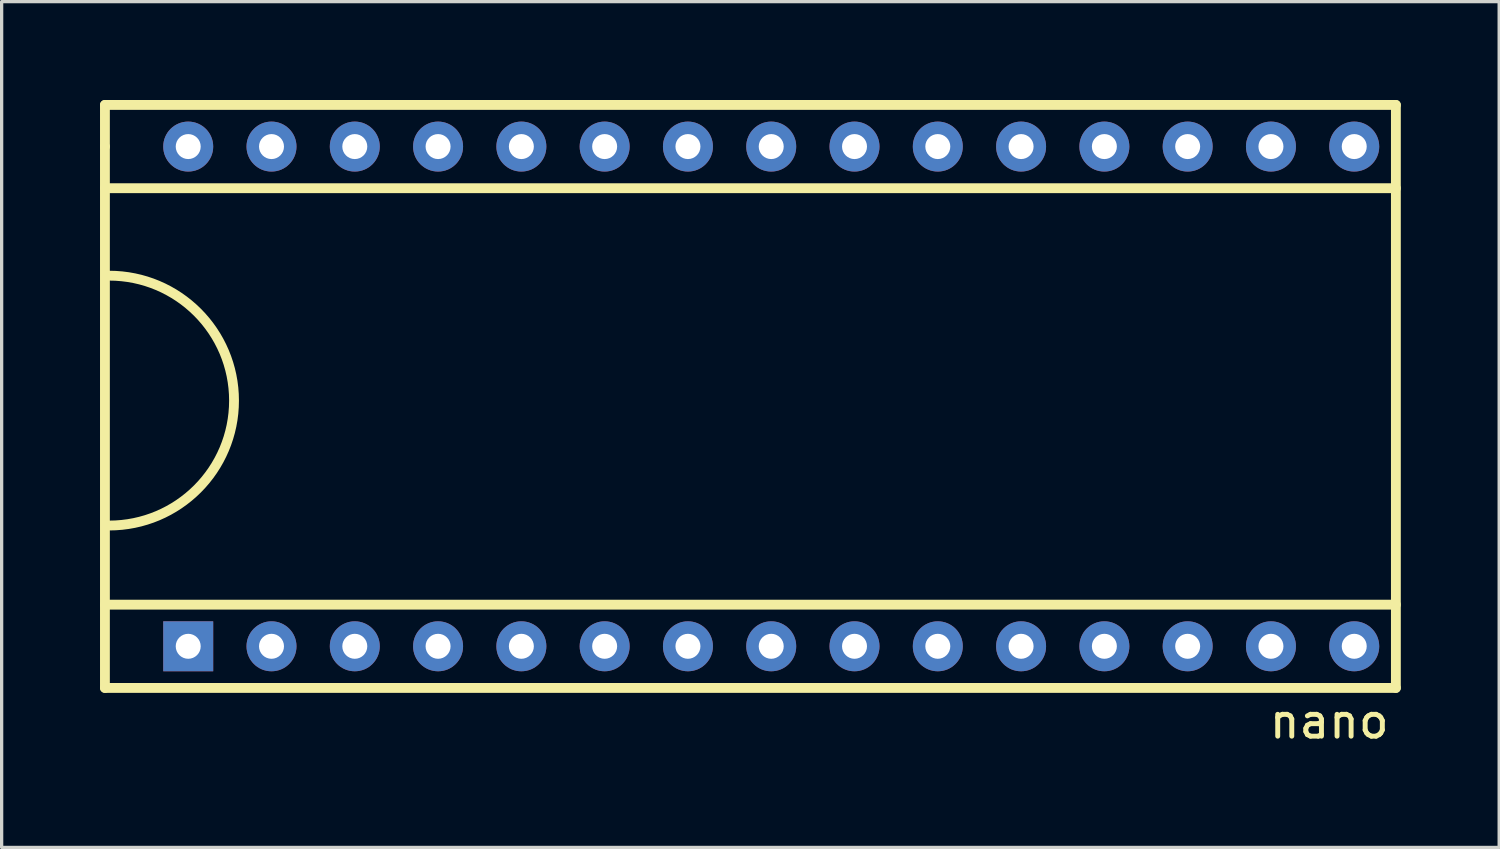
<source format=kicad_pcb>
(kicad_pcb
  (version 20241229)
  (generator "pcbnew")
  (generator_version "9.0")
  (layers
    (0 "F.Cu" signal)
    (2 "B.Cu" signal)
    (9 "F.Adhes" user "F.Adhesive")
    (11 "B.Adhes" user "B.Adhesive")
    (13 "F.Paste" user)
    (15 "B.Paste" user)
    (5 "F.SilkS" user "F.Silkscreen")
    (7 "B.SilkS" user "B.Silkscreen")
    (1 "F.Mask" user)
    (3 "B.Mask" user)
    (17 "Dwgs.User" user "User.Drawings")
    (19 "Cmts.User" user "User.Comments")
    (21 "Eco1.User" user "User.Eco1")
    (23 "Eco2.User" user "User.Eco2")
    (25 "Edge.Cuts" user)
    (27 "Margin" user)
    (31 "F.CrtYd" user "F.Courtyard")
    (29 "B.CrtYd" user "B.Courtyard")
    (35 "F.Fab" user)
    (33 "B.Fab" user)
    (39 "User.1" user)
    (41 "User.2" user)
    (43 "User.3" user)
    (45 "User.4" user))
  (footprint "nano"
    (layer "F.Cu")
    (at 20.47 9.04)
    (property "Reference" "nano" (at 17.018 9.906 0) (layer "F.SilkS") (effects (font (size 1 1) (thickness 0.15))))
    (attr through_hole)
    (fp_line (start -20.32 -8.89) (end 19.05 -8.89) (stroke (width 0.3) (type solid)) (layer "F.SilkS"))
    (fp_line (start -20.32 -7.62) (end -20.32 -8.89) (stroke (width 0.3) (type solid)) (layer "F.SilkS"))
    (fp_line (start -20.32 -6.35) (end 19.05 -6.35) (stroke (width 0.3) (type solid)) (layer "F.SilkS"))
    (fp_line (start -20.32 6.35) (end 19.05 6.35) (stroke (width 0.3) (type solid)) (layer "F.SilkS"))
    (fp_line (start -20.32 8.89) (end -20.32 -7.62) (stroke (width 0.3) (type solid)) (layer "F.SilkS"))
    (fp_line (start 19.05 -8.89) (end 19.05 8.89) (stroke (width 0.3) (type solid)) (layer "F.SilkS"))
    (fp_line (start 19.05 8.89) (end -20.32 8.89) (stroke (width 0.3) (type solid)) (layer "F.SilkS"))
    (fp_arc (start -20.193 -3.683) (mid -16.383 0.127) (end -20.193 3.937) (stroke (width 0.3) (type solid)) (layer "F.SilkS"))
    (pad "1" thru_hole rect (at -17.78 7.62) (size 1.524 1.524) (drill 0.762) (layers "*.Cu" "*.Mask"))
    (pad "2" thru_hole circle (at -15.24 7.62) (size 1.524 1.524) (drill 0.762) (layers "*.Cu" "*.Mask"))
    (pad "3" thru_hole circle (at -12.7 7.62) (size 1.524 1.524) (drill 0.762) (layers "*.Cu" "*.Mask"))
    (pad "4" thru_hole circle (at -10.16 7.62) (size 1.524 1.524) (drill 0.762) (layers "*.Cu" "*.Mask"))
    (pad "5" thru_hole circle (at -7.62 7.62) (size 1.524 1.524) (drill 0.762) (layers "*.Cu" "*.Mask"))
    (pad "6" thru_hole circle (at -5.08 7.62) (size 1.524 1.524) (drill 0.762) (layers "*.Cu" "*.Mask"))
    (pad "7" thru_hole circle (at -2.54 7.62) (size 1.524 1.524) (drill 0.762) (layers "*.Cu" "*.Mask"))
    (pad "8" thru_hole circle (at 0 7.62) (size 1.524 1.524) (drill 0.762) (layers "*.Cu" "*.Mask"))
    (pad "9" thru_hole circle (at 2.54 7.62) (size 1.524 1.524) (drill 0.762) (layers "*.Cu" "*.Mask"))
    (pad "10" thru_hole circle (at 5.08 7.62) (size 1.524 1.524) (drill 0.762) (layers "*.Cu" "*.Mask"))
    (pad "11" thru_hole circle (at 7.62 7.62) (size 1.524 1.524) (drill 0.762) (layers "*.Cu" "*.Mask"))
    (pad "12" thru_hole circle (at 10.16 7.62) (size 1.524 1.524) (drill 0.762) (layers "*.Cu" "*.Mask"))
    (pad "13" thru_hole circle (at 12.7 7.62) (size 1.524 1.524) (drill 0.762) (layers "*.Cu" "*.Mask"))
    (pad "14" thru_hole circle (at 15.24 7.62) (size 1.524 1.524) (drill 0.762) (layers "*.Cu" "*.Mask"))
    (pad "15" thru_hole circle (at 17.78 7.62) (size 1.524 1.524) (drill 0.762) (layers "*.Cu" "*.Mask"))
    (pad "16" thru_hole circle (at 17.78 -7.62) (size 1.524 1.524) (drill 0.762) (layers "*.Cu" "*.Mask"))
    (pad "17" thru_hole circle (at 15.24 -7.62) (size 1.524 1.524) (drill 0.762) (layers "*.Cu" "*.Mask"))
    (pad "18" thru_hole circle (at 12.7 -7.62) (size 1.524 1.524) (drill 0.762) (layers "*.Cu" "*.Mask"))
    (pad "19" thru_hole circle (at 10.16 -7.62) (size 1.524 1.524) (drill 0.762) (layers "*.Cu" "*.Mask"))
    (pad "20" thru_hole circle (at 7.62 -7.62) (size 1.524 1.524) (drill 0.762) (layers "*.Cu" "*.Mask"))
    (pad "21" thru_hole circle (at 5.08 -7.62) (size 1.524 1.524) (drill 0.762) (layers "*.Cu" "*.Mask"))
    (pad "22" thru_hole circle (at 2.54 -7.62) (size 1.524 1.524) (drill 0.762) (layers "*.Cu" "*.Mask"))
    (pad "23" thru_hole circle (at 0 -7.62) (size 1.524 1.524) (drill 0.762) (layers "*.Cu" "*.Mask"))
    (pad "24" thru_hole circle (at -2.54 -7.62) (size 1.524 1.524) (drill 0.762) (layers "*.Cu" "*.Mask"))
    (pad "25" thru_hole circle (at -5.08 -7.62) (size 1.524 1.524) (drill 0.762) (layers "*.Cu" "*.Mask"))
    (pad "26" thru_hole circle (at -7.62 -7.62) (size 1.524 1.524) (drill 0.762) (layers "*.Cu" "*.Mask"))
    (pad "27" thru_hole circle (at -10.16 -7.62) (size 1.524 1.524) (drill 0.762) (layers "*.Cu" "*.Mask"))
    (pad "28" thru_hole circle (at -12.7 -7.62) (size 1.524 1.524) (drill 0.762) (layers "*.Cu" "*.Mask"))
    (pad "29" thru_hole circle (at -15.24 -7.62) (size 1.524 1.524) (drill 0.762) (layers "*.Cu" "*.Mask"))
    (pad "30" thru_hole circle (at -17.78 -7.62) (size 1.524 1.524) (drill 0.762) (layers "*.Cu" "*.Mask")))
  (gr_rect
    (start -3 -3)
    (end 42.67 22.794)
    (stroke (width 0.1) (type default))
    (fill no)
    (layer "Edge.Cuts")))
</source>
